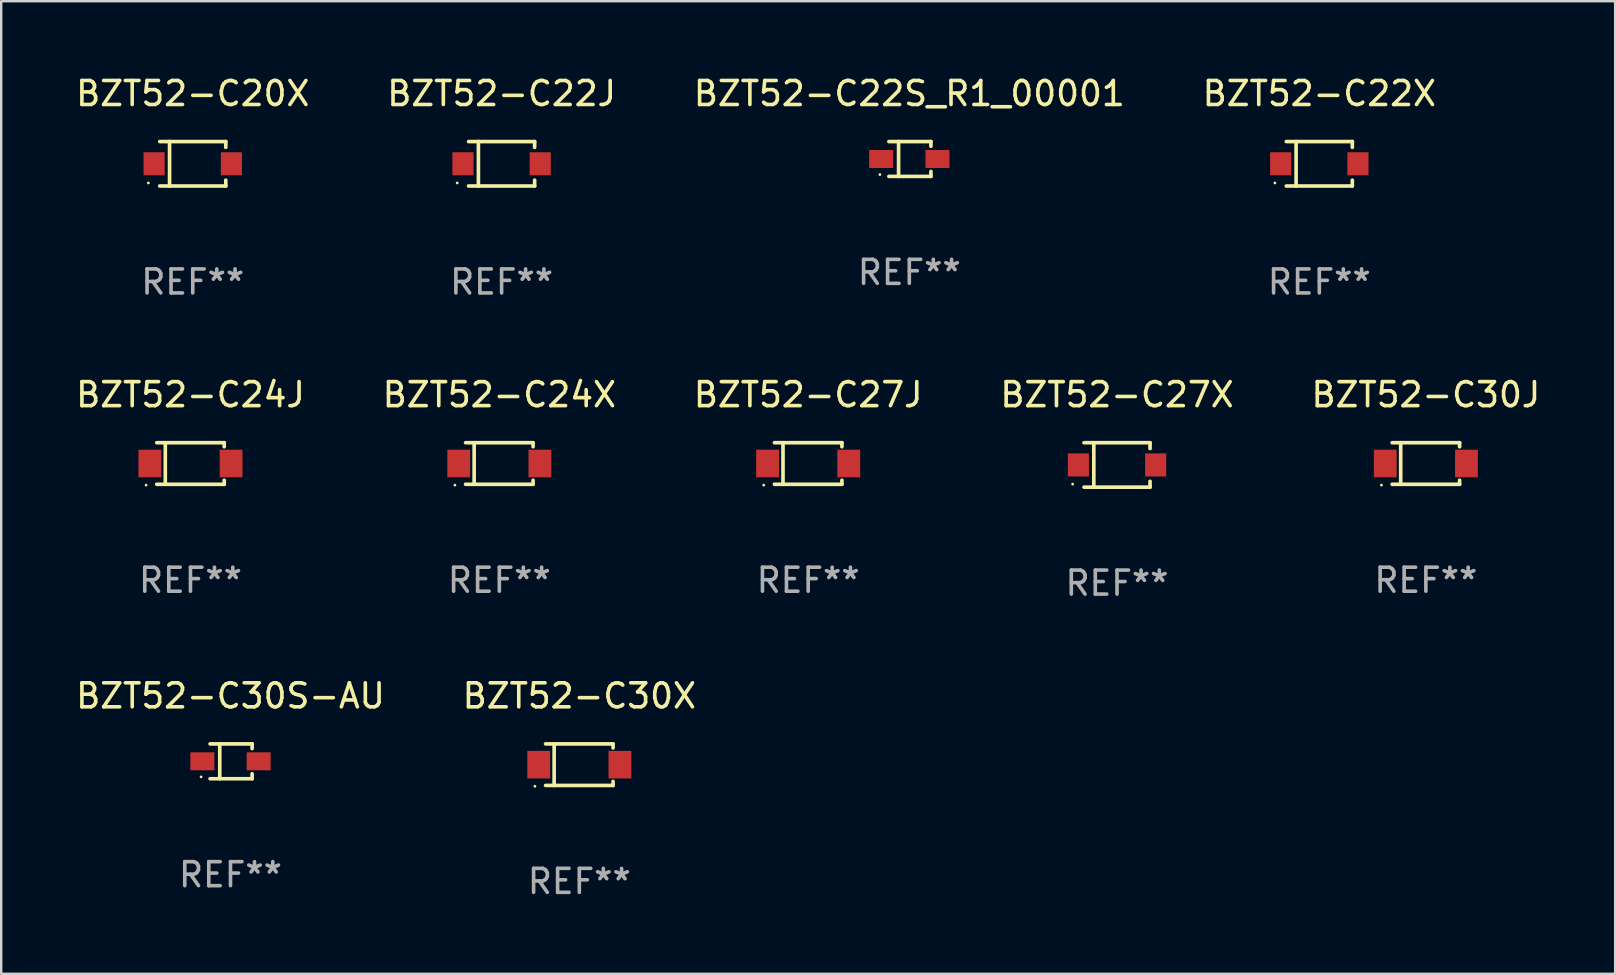
<source format=kicad_pcb>
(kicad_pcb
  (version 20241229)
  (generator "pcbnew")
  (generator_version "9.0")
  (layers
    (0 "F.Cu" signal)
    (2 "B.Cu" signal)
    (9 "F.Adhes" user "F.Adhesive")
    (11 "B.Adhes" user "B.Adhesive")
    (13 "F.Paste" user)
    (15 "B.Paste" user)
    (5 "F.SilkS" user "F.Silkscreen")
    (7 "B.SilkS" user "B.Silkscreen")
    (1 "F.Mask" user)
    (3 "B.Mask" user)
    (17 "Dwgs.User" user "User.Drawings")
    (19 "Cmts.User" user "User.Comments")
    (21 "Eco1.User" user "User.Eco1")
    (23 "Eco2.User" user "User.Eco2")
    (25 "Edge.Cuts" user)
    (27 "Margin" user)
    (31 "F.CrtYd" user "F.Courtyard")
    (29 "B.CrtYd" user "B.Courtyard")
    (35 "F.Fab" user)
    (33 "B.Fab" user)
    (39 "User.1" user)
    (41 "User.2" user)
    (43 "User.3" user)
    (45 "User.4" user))
  (footprint "BZT52-C24J"
    (layer "F.Cu")
    (at 4.887 16.263)
    (property "Reference" "BZT52-C24J" (at 0 -2.866 0) (layer "F.SilkS") (effects (font (size 1 1) (thickness 0.15))))
    (attr through_hole)
    (fp_line (start -1.406 -0.866) (end 1.406 -0.866) (stroke (width 0.152) (type solid)) (layer "F.SilkS"))
    (fp_line (start -1.406 0.866) (end 1.406 0.866) (stroke (width 0.152) (type solid)) (layer "F.SilkS"))
    (fp_line (start -1.049 -0.866) (end -1.049 0.866) (stroke (width 0.152) (type solid)) (layer "F.SilkS"))
    (fp_line (start 1.406 -0.866) (end 1.406 -0.698) (stroke (width 0.152) (type solid)) (layer "F.SilkS"))
    (fp_line (start 1.406 0.866) (end 1.406 0.698) (stroke (width 0.152) (type solid)) (layer "F.SilkS"))
    (fp_circle (center -1.851 0.9) (end -1.821 0.9) (stroke (width 0.06) (type solid)) (fill no) (layer "F.SilkS"))
    (fp_text user "REF**" (at 0 4.866 0) (layer "F.Fab") (effects (font (size 1 1) (thickness 0.15))))
    (pad "1" smd rect (at -1.692 0) (size 0.95 1.15) (layers "F.Cu" "F.Mask" "F.Paste"))
    (pad "2" smd rect (at 1.692 0) (size 0.95 1.15) (layers "F.Cu" "F.Mask" "F.Paste")))
  (footprint "BZT52-C30S-AU"
    (layer "F.Cu")
    (at 6.554 28.672)
    (property "Reference" "BZT52-C30S-AU" (at 0 -2.726 0) (layer "F.SilkS") (effects (font (size 1 1) (thickness 0.15))))
    (attr through_hole)
    (fp_line (start -0.851 -0.726) (end 0.901 -0.726) (stroke (width 0.152) (type solid)) (layer "F.SilkS"))
    (fp_line (start -0.851 0.726) (end 0.901 0.726) (stroke (width 0.152) (type solid)) (layer "F.SilkS"))
    (fp_line (start -0.447 -0.726) (end -0.447 0.726) (stroke (width 0.152) (type solid)) (layer "F.SilkS"))
    (fp_line (start 0.901 -0.726) (end 0.901 -0.53) (stroke (width 0.152) (type solid)) (layer "F.SilkS"))
    (fp_line (start 0.901 0.726) (end 0.901 0.52) (stroke (width 0.152) (type solid)) (layer "F.SilkS"))
    (fp_circle (center -1.225 0.65) (end -1.195 0.65) (stroke (width 0.06) (type solid)) (fill no) (layer "F.SilkS"))
    (fp_text user "REF**" (at 0 4.726 0) (layer "F.Fab") (effects (font (size 1 1) (thickness 0.15))))
    (pad "1" smd rect (at -1.173 0) (size 1 0.75) (layers "F.Cu" "F.Mask" "F.Paste"))
    (pad "2" smd rect (at 1.173 0) (size 1 0.75) (layers "F.Cu" "F.Mask" "F.Paste")))
  (footprint "BZT52-C27X"
    (layer "F.Cu")
    (at 43.494 16.323)
    (property "Reference" "BZT52-C27X" (at 0 -2.926 0) (layer "F.SilkS") (effects (font (size 1 1) (thickness 0.15))))
    (attr through_hole)
    (fp_line (start -1.376 -0.926) (end 1.376 -0.926) (stroke (width 0.152) (type solid)) (layer "F.SilkS"))
    (fp_line (start -1.376 0.926) (end 1.376 0.926) (stroke (width 0.152) (type solid)) (layer "F.SilkS"))
    (fp_line (start -0.967 -0.926) (end -0.967 0.926) (stroke (width 0.152) (type solid)) (layer "F.SilkS"))
    (fp_line (start 1.376 -0.926) (end 1.376 -0.683) (stroke (width 0.152) (type solid)) (layer "F.SilkS"))
    (fp_line (start 1.376 0.926) (end 1.376 0.683) (stroke (width 0.152) (type solid)) (layer "F.SilkS"))
    (fp_circle (center -1.85 0.8) (end -1.82 0.8) (stroke (width 0.06) (type solid)) (fill no) (layer "F.SilkS"))
    (fp_text user "REF**" (at 0 4.926 0) (layer "F.Fab") (effects (font (size 1 1) (thickness 0.15))))
    (pad "1" smd rect (at -1.61 0) (size 0.88 0.96) (layers "F.Cu" "F.Mask" "F.Paste"))
    (pad "2" smd rect (at 1.61 0) (size 0.88 0.96) (layers "F.Cu" "F.Mask" "F.Paste")))
  (footprint "BZT52-C30X"
    (layer "F.Cu")
    (at 21.089 28.812)
    (property "Reference" "BZT52-C30X" (at 0 -2.866 0) (layer "F.SilkS") (effects (font (size 1 1) (thickness 0.15))))
    (attr through_hole)
    (fp_line (start -1.406 -0.866) (end 1.406 -0.866) (stroke (width 0.152) (type solid)) (layer "F.SilkS"))
    (fp_line (start -1.406 0.866) (end 1.406 0.866) (stroke (width 0.152) (type solid)) (layer "F.SilkS"))
    (fp_line (start -1.049 -0.866) (end -1.049 0.866) (stroke (width 0.152) (type solid)) (layer "F.SilkS"))
    (fp_line (start 1.406 -0.866) (end 1.406 -0.698) (stroke (width 0.152) (type solid)) (layer "F.SilkS"))
    (fp_line (start 1.406 0.866) (end 1.406 0.698) (stroke (width 0.152) (type solid)) (layer "F.SilkS"))
    (fp_circle (center -1.851 0.9) (end -1.821 0.9) (stroke (width 0.06) (type solid)) (fill no) (layer "F.SilkS"))
    (fp_text user "REF**" (at 0 4.866 0) (layer "F.Fab") (effects (font (size 1 1) (thickness 0.15))))
    (pad "1" smd rect (at -1.692 0) (size 0.95 1.15) (layers "F.Cu" "F.Mask" "F.Paste"))
    (pad "2" smd rect (at 1.692 0) (size 0.95 1.15) (layers "F.Cu" "F.Mask" "F.Paste")))
  (footprint "BZT52-C22S_R1_00001"
    (layer "F.Cu")
    (at 34.839 3.574)
    (property "Reference" "BZT52-C22S_R1_00001" (at 0 -2.726 0) (layer "F.SilkS") (effects (font (size 1 1) (thickness 0.15))))
    (attr through_hole)
    (fp_line (start -0.851 -0.726) (end 0.901 -0.726) (stroke (width 0.152) (type solid)) (layer "F.SilkS"))
    (fp_line (start -0.851 0.726) (end 0.901 0.726) (stroke (width 0.152) (type solid)) (layer "F.SilkS"))
    (fp_line (start -0.447 -0.726) (end -0.447 0.726) (stroke (width 0.152) (type solid)) (layer "F.SilkS"))
    (fp_line (start 0.901 -0.726) (end 0.901 -0.53) (stroke (width 0.152) (type solid)) (layer "F.SilkS"))
    (fp_line (start 0.901 0.726) (end 0.901 0.52) (stroke (width 0.152) (type solid)) (layer "F.SilkS"))
    (fp_circle (center -1.225 0.65) (end -1.195 0.65) (stroke (width 0.06) (type solid)) (fill no) (layer "F.SilkS"))
    (fp_text user "REF**" (at 0 4.726 0) (layer "F.Fab") (effects (font (size 1 1) (thickness 0.15))))
    (pad "1" smd rect (at -1.173 0) (size 1 0.75) (layers "F.Cu" "F.Mask" "F.Paste"))
    (pad "2" smd rect (at 1.173 0) (size 1 0.75) (layers "F.Cu" "F.Mask" "F.Paste")))
  (footprint "BZT52-C22J"
    (layer "F.Cu")
    (at 17.851 3.774)
    (property "Reference" "BZT52-C22J" (at 0 -2.926 0) (layer "F.SilkS") (effects (font (size 1 1) (thickness 0.15))))
    (attr through_hole)
    (fp_line (start -1.376 -0.926) (end 1.376 -0.926) (stroke (width 0.152) (type solid)) (layer "F.SilkS"))
    (fp_line (start -1.376 0.926) (end 1.376 0.926) (stroke (width 0.152) (type solid)) (layer "F.SilkS"))
    (fp_line (start -0.967 -0.926) (end -0.967 0.926) (stroke (width 0.152) (type solid)) (layer "F.SilkS"))
    (fp_line (start 1.376 -0.926) (end 1.376 -0.683) (stroke (width 0.152) (type solid)) (layer "F.SilkS"))
    (fp_line (start 1.376 0.926) (end 1.376 0.683) (stroke (width 0.152) (type solid)) (layer "F.SilkS"))
    (fp_circle (center -1.85 0.8) (end -1.82 0.8) (stroke (width 0.06) (type solid)) (fill no) (layer "F.SilkS"))
    (fp_text user "REF**" (at 0 4.926 0) (layer "F.Fab") (effects (font (size 1 1) (thickness 0.15))))
    (pad "1" smd rect (at -1.61 0) (size 0.88 0.96) (layers "F.Cu" "F.Mask" "F.Paste"))
    (pad "2" smd rect (at 1.61 0) (size 0.88 0.96) (layers "F.Cu" "F.Mask" "F.Paste")))
  (footprint "BZT52-C27J"
    (layer "F.Cu")
    (at 30.625 16.263)
    (property "Reference" "BZT52-C27J" (at 0 -2.866 0) (layer "F.SilkS") (effects (font (size 1 1) (thickness 0.15))))
    (attr through_hole)
    (fp_line (start -1.406 -0.866) (end 1.406 -0.866) (stroke (width 0.152) (type solid)) (layer "F.SilkS"))
    (fp_line (start -1.406 0.866) (end 1.406 0.866) (stroke (width 0.152) (type solid)) (layer "F.SilkS"))
    (fp_line (start -1.049 -0.866) (end -1.049 0.866) (stroke (width 0.152) (type solid)) (layer "F.SilkS"))
    (fp_line (start 1.406 -0.866) (end 1.406 -0.698) (stroke (width 0.152) (type solid)) (layer "F.SilkS"))
    (fp_line (start 1.406 0.866) (end 1.406 0.698) (stroke (width 0.152) (type solid)) (layer "F.SilkS"))
    (fp_circle (center -1.851 0.9) (end -1.821 0.9) (stroke (width 0.06) (type solid)) (fill no) (layer "F.SilkS"))
    (fp_text user "REF**" (at 0 4.866 0) (layer "F.Fab") (effects (font (size 1 1) (thickness 0.15))))
    (pad "1" smd rect (at -1.692 0) (size 0.95 1.15) (layers "F.Cu" "F.Mask" "F.Paste"))
    (pad "2" smd rect (at 1.692 0) (size 0.95 1.15) (layers "F.Cu" "F.Mask" "F.Paste")))
  (footprint "BZT52-C20X"
    (layer "F.Cu")
    (at 4.982 3.774)
    (property "Reference" "BZT52-C20X" (at 0 -2.926 0) (layer "F.SilkS") (effects (font (size 1 1) (thickness 0.15))))
    (attr through_hole)
    (fp_line (start -1.376 -0.926) (end 1.376 -0.926) (stroke (width 0.152) (type solid)) (layer "F.SilkS"))
    (fp_line (start -1.376 0.926) (end 1.376 0.926) (stroke (width 0.152) (type solid)) (layer "F.SilkS"))
    (fp_line (start -0.967 -0.926) (end -0.967 0.926) (stroke (width 0.152) (type solid)) (layer "F.SilkS"))
    (fp_line (start 1.376 -0.926) (end 1.376 -0.683) (stroke (width 0.152) (type solid)) (layer "F.SilkS"))
    (fp_line (start 1.376 0.926) (end 1.376 0.683) (stroke (width 0.152) (type solid)) (layer "F.SilkS"))
    (fp_circle (center -1.85 0.8) (end -1.82 0.8) (stroke (width 0.06) (type solid)) (fill no) (layer "F.SilkS"))
    (fp_text user "REF**" (at 0 4.926 0) (layer "F.Fab") (effects (font (size 1 1) (thickness 0.15))))
    (pad "1" smd rect (at -1.61 0) (size 0.88 0.96) (layers "F.Cu" "F.Mask" "F.Paste"))
    (pad "2" smd rect (at 1.61 0) (size 0.88 0.96) (layers "F.Cu" "F.Mask" "F.Paste")))
  (footprint "BZT52-C24X"
    (layer "F.Cu")
    (at 17.756 16.263)
    (property "Reference" "BZT52-C24X" (at 0 -2.866 0) (layer "F.SilkS") (effects (font (size 1 1) (thickness 0.15))))
    (attr through_hole)
    (fp_line (start -1.406 -0.866) (end 1.406 -0.866) (stroke (width 0.152) (type solid)) (layer "F.SilkS"))
    (fp_line (start -1.406 0.866) (end 1.406 0.866) (stroke (width 0.152) (type solid)) (layer "F.SilkS"))
    (fp_line (start -1.049 -0.866) (end -1.049 0.866) (stroke (width 0.152) (type solid)) (layer "F.SilkS"))
    (fp_line (start 1.406 -0.866) (end 1.406 -0.698) (stroke (width 0.152) (type solid)) (layer "F.SilkS"))
    (fp_line (start 1.406 0.866) (end 1.406 0.698) (stroke (width 0.152) (type solid)) (layer "F.SilkS"))
    (fp_circle (center -1.851 0.9) (end -1.821 0.9) (stroke (width 0.06) (type solid)) (fill no) (layer "F.SilkS"))
    (fp_text user "REF**" (at 0 4.866 0) (layer "F.Fab") (effects (font (size 1 1) (thickness 0.15))))
    (pad "1" smd rect (at -1.692 0) (size 0.95 1.15) (layers "F.Cu" "F.Mask" "F.Paste"))
    (pad "2" smd rect (at 1.692 0) (size 0.95 1.15) (layers "F.Cu" "F.Mask" "F.Paste")))
  (footprint "BZT52-C22X"
    (layer "F.Cu")
    (at 51.923 3.774)
    (property "Reference" "BZT52-C22X" (at 0 -2.926 0) (layer "F.SilkS") (effects (font (size 1 1) (thickness 0.15))))
    (attr through_hole)
    (fp_line (start -1.376 -0.926) (end 1.376 -0.926) (stroke (width 0.152) (type solid)) (layer "F.SilkS"))
    (fp_line (start -1.376 0.926) (end 1.376 0.926) (stroke (width 0.152) (type solid)) (layer "F.SilkS"))
    (fp_line (start -0.967 -0.926) (end -0.967 0.926) (stroke (width 0.152) (type solid)) (layer "F.SilkS"))
    (fp_line (start 1.376 -0.926) (end 1.376 -0.683) (stroke (width 0.152) (type solid)) (layer "F.SilkS"))
    (fp_line (start 1.376 0.926) (end 1.376 0.683) (stroke (width 0.152) (type solid)) (layer "F.SilkS"))
    (fp_circle (center -1.85 0.8) (end -1.82 0.8) (stroke (width 0.06) (type solid)) (fill no) (layer "F.SilkS"))
    (fp_text user "REF**" (at 0 4.926 0) (layer "F.Fab") (effects (font (size 1 1) (thickness 0.15))))
    (pad "1" smd rect (at -1.61 0) (size 0.88 0.96) (layers "F.Cu" "F.Mask" "F.Paste"))
    (pad "2" smd rect (at 1.61 0) (size 0.88 0.96) (layers "F.Cu" "F.Mask" "F.Paste")))
  (footprint "BZT52-C30J"
    (layer "F.Cu")
    (at 56.363 16.263)
    (property "Reference" "BZT52-C30J" (at 0 -2.866 0) (layer "F.SilkS") (effects (font (size 1 1) (thickness 0.15))))
    (attr through_hole)
    (fp_line (start -1.406 -0.866) (end 1.406 -0.866) (stroke (width 0.152) (type solid)) (layer "F.SilkS"))
    (fp_line (start -1.406 0.866) (end 1.406 0.866) (stroke (width 0.152) (type solid)) (layer "F.SilkS"))
    (fp_line (start -1.049 -0.866) (end -1.049 0.866) (stroke (width 0.152) (type solid)) (layer "F.SilkS"))
    (fp_line (start 1.406 -0.866) (end 1.406 -0.698) (stroke (width 0.152) (type solid)) (layer "F.SilkS"))
    (fp_line (start 1.406 0.866) (end 1.406 0.698) (stroke (width 0.152) (type solid)) (layer "F.SilkS"))
    (fp_circle (center -1.851 0.9) (end -1.821 0.9) (stroke (width 0.06) (type solid)) (fill no) (layer "F.SilkS"))
    (fp_text user "REF**" (at 0 4.866 0) (layer "F.Fab") (effects (font (size 1 1) (thickness 0.15))))
    (pad "1" smd rect (at -1.692 0) (size 0.95 1.15) (layers "F.Cu" "F.Mask" "F.Paste"))
    (pad "2" smd rect (at 1.692 0) (size 0.95 1.15) (layers "F.Cu" "F.Mask" "F.Paste")))
  (gr_rect
    (start -3 -3)
    (end 64.25 37.527)
    (stroke (width 0.1) (type default))
    (fill no)
    (layer "Edge.Cuts")))
</source>
